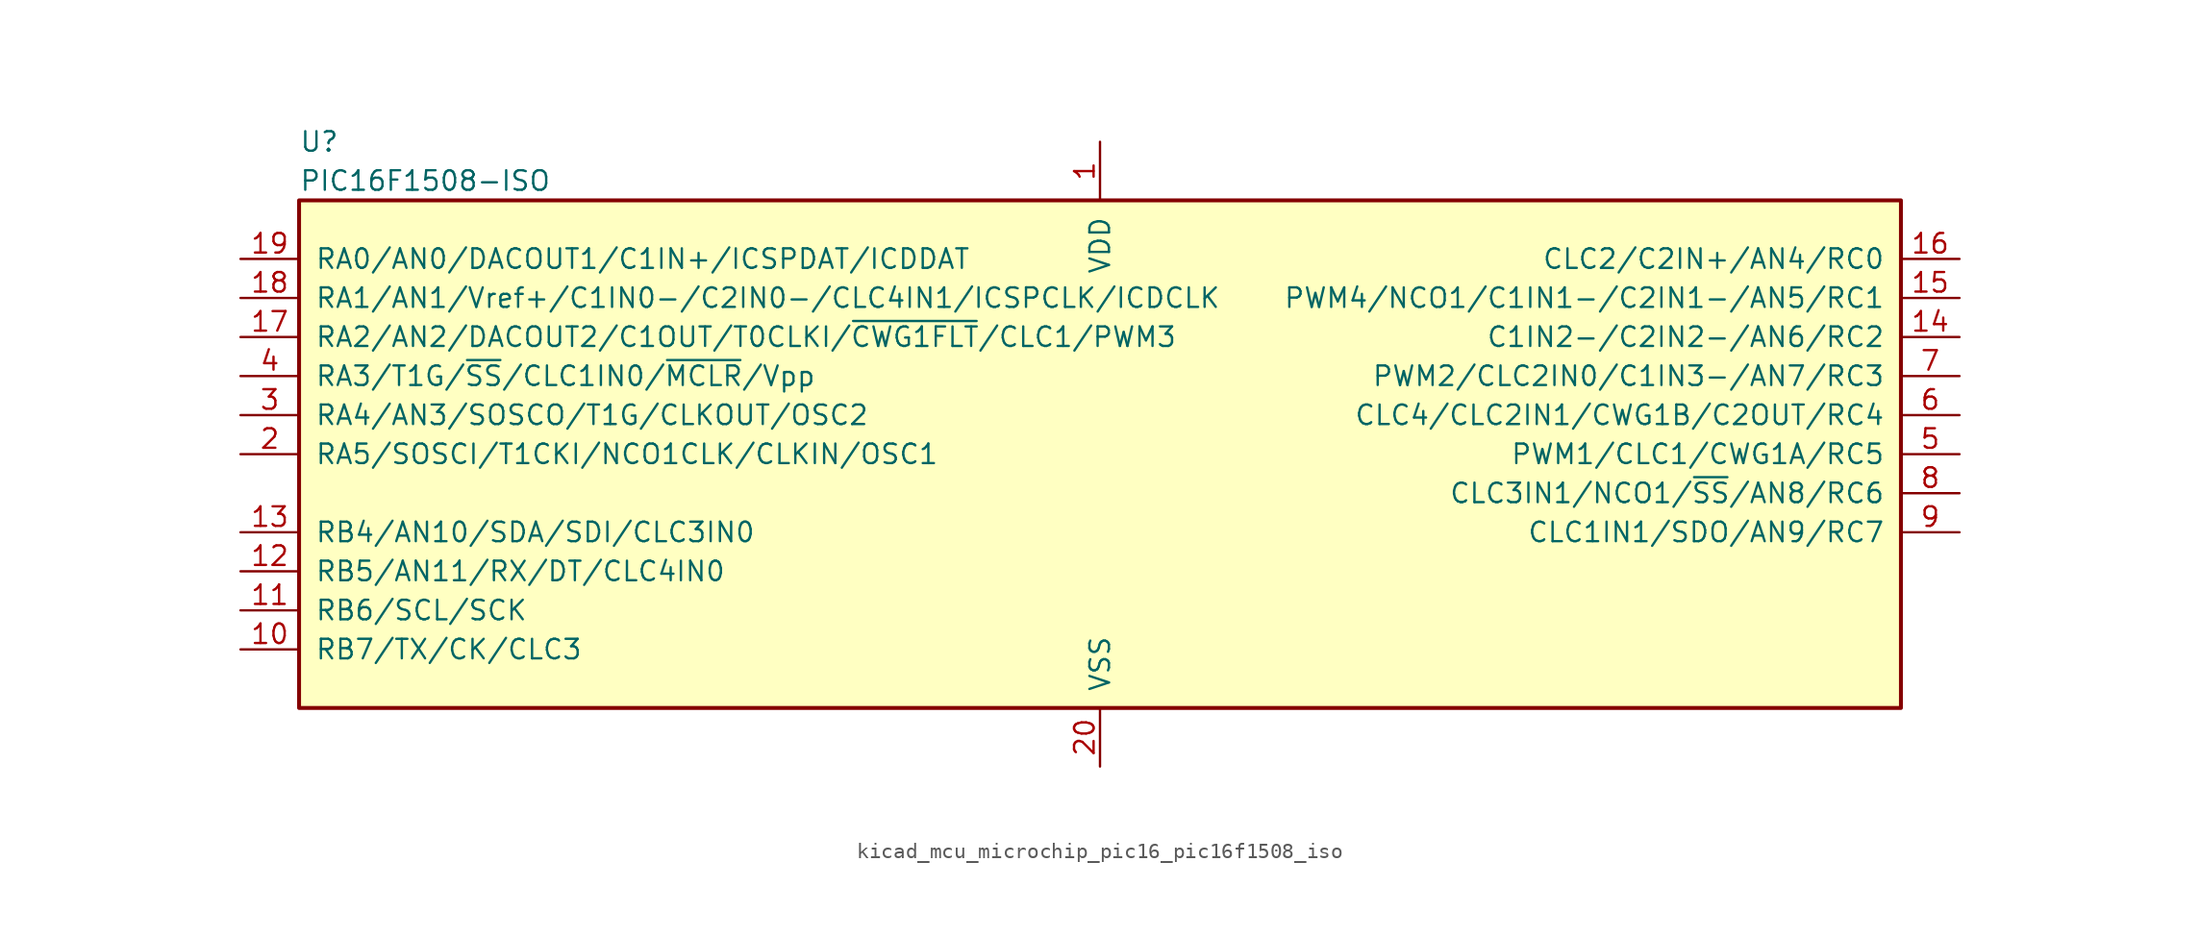
<source format=kicad_sym>
(kicad_symbol_lib
  (version 20220914)
  (generator kicad_symbol_editor)
  (symbol "kicad_mcu_microchip_pic16_pic16f1508_iso"
    (pin_names
      (offset 1.016))
    (property "Reference" "U"
      (at -52.07 20.32 0)
      (effects (font (size 1.27 1.27)) (justify left)))
    (property "Value" "PIC16F1508-ISO"
      (at -52.07 17.78 0)
      (effects (font (size 1.27 1.27)) (justify left)))
    (symbol "kicad_mcu_microchip_pic16_pic16f1508_iso_0_1"
      (rectangle (start -52.07 16.51) (end 52.07 -16.51) (stroke (width 0.254) (type default)) (fill (type background))))
    (symbol "kicad_mcu_microchip_pic16_pic16f1508_iso_1_1"
      (pin power_in line (at 0 20.32 270) (length 3.81) (name "VDD" (effects (font (size 1.27 1.27)))) (number "1" (effects (font (size 1.27 1.27)))))
      (pin bidirectional line (at -55.88 -12.7 0) (length 3.81) (name "RB7/TX/CK/CLC3" (effects (font (size 1.27 1.27)))) (number "10" (effects (font (size 1.27 1.27)))))
      (pin bidirectional line (at -55.88 -10.16 0) (length 3.81) (name "RB6/SCL/SCK" (effects (font (size 1.27 1.27)))) (number "11" (effects (font (size 1.27 1.27)))))
      (pin bidirectional line (at -55.88 -7.62 0) (length 3.81) (name "RB5/AN11/RX/DT/CLC4IN0" (effects (font (size 1.27 1.27)))) (number "12" (effects (font (size 1.27 1.27)))))
      (pin bidirectional line (at -55.88 -5.08 0) (length 3.81) (name "RB4/AN10/SDA/SDI/CLC3IN0" (effects (font (size 1.27 1.27)))) (number "13" (effects (font (size 1.27 1.27)))))
      (pin bidirectional line (at 55.88 7.62 180) (length 3.81) (name "C1IN2-/C2IN2-/AN6/RC2" (effects (font (size 1.27 1.27)))) (number "14" (effects (font (size 1.27 1.27)))))
      (pin bidirectional line (at 55.88 10.16 180) (length 3.81) (name "PWM4/NCO1/C1IN1-/C2IN1-/AN5/RC1" (effects (font (size 1.27 1.27)))) (number "15" (effects (font (size 1.27 1.27)))))
      (pin bidirectional line (at 55.88 12.7 180) (length 3.81) (name "CLC2/C2IN+/AN4/RC0" (effects (font (size 1.27 1.27)))) (number "16" (effects (font (size 1.27 1.27)))))
      (pin bidirectional line (at -55.88 7.62 0) (length 3.81) (name "RA2/AN2/DACOUT2/C1OUT/T0CLKI/~{CWG1FLT}/CLC1/PWM3" (effects (font (size 1.27 1.27)))) (number "17" (effects (font (size 1.27 1.27)))))
      (pin bidirectional line (at -55.88 10.16 0) (length 3.81) (name "RA1/AN1/Vref+/C1IN0-/C2IN0-/CLC4IN1/ICSPCLK/ICDCLK" (effects (font (size 1.27 1.27)))) (number "18" (effects (font (size 1.27 1.27)))))
      (pin bidirectional line (at -55.88 12.7 0) (length 3.81) (name "RA0/AN0/DACOUT1/C1IN+/ICSPDAT/ICDDAT" (effects (font (size 1.27 1.27)))) (number "19" (effects (font (size 1.27 1.27)))))
      (pin bidirectional line (at -55.88 0 0) (length 3.81) (name "RA5/SOSCI/T1CKI/NCO1CLK/CLKIN/OSC1" (effects (font (size 1.27 1.27)))) (number "2" (effects (font (size 1.27 1.27)))))
      (pin power_in line (at 0 -20.32 90) (length 3.81) (name "VSS" (effects (font (size 1.27 1.27)))) (number "20" (effects (font (size 1.27 1.27)))))
      (pin bidirectional line (at -55.88 2.54 0) (length 3.81) (name "RA4/AN3/SOSCO/T1G/CLKOUT/OSC2" (effects (font (size 1.27 1.27)))) (number "3" (effects (font (size 1.27 1.27)))))
      (pin input line (at -55.88 5.08 0) (length 3.81) (name "RA3/T1G/~{SS}/CLC1IN0/~{MCLR}/Vpp" (effects (font (size 1.27 1.27)))) (number "4" (effects (font (size 1.27 1.27)))))
      (pin bidirectional line (at 55.88 0 180) (length 3.81) (name "PWM1/CLC1/CWG1A/RC5" (effects (font (size 1.27 1.27)))) (number "5" (effects (font (size 1.27 1.27)))))
      (pin bidirectional line (at 55.88 2.54 180) (length 3.81) (name "CLC4/CLC2IN1/CWG1B/C2OUT/RC4" (effects (font (size 1.27 1.27)))) (number "6" (effects (font (size 1.27 1.27)))))
      (pin bidirectional line (at 55.88 5.08 180) (length 3.81) (name "PWM2/CLC2IN0/C1IN3-/AN7/RC3" (effects (font (size 1.27 1.27)))) (number "7" (effects (font (size 1.27 1.27)))))
      (pin bidirectional line (at 55.88 -2.54 180) (length 3.81) (name "CLC3IN1/NCO1/~{SS}/AN8/RC6" (effects (font (size 1.27 1.27)))) (number "8" (effects (font (size 1.27 1.27)))))
      (pin bidirectional line (at 55.88 -5.08 180) (length 3.81) (name "CLC1IN1/SDO/AN9/RC7" (effects (font (size 1.27 1.27)))) (number "9" (effects (font (size 1.27 1.27))))))))
</source>
